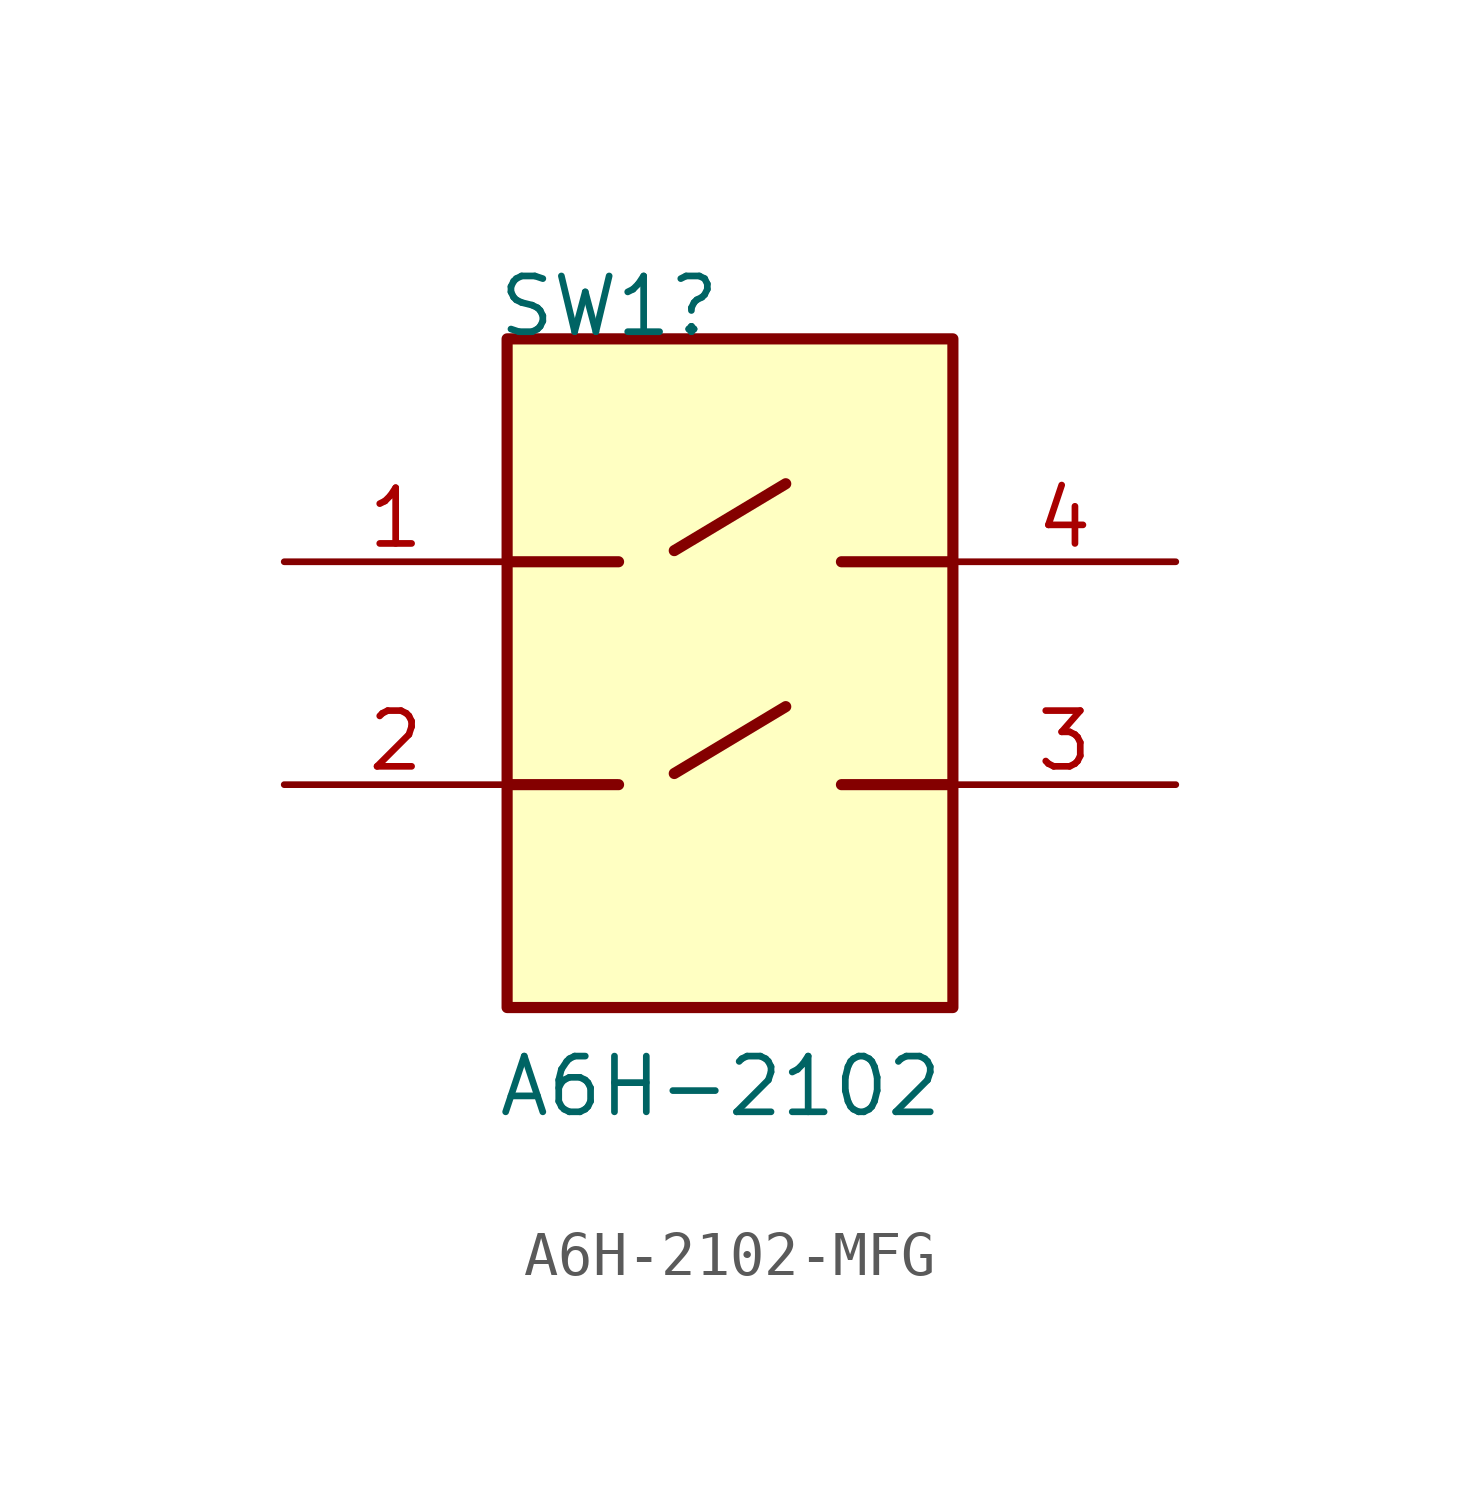
<source format=kicad_sym>
(kicad_symbol_lib
  (version 20241209)
  (generator "kicad_symbol_editor")
  (generator_version "9.0")
  (symbol "A6H-2102-MFG"
    (property "Reference" "SW1"
      (at 4.826 5.08 0)
      (effects (font (size 1.27 1.27)) (justify left bottom)))
    (property "Value" "A6H-2102"
      (at 4.826 -12.7 0)
      (effects (font (size 1.27 1.27)) (justify left bottom)))
    (symbol "A6H-2102-MFG_1_0"
      (polyline (pts (xy 7.62 0) (xy 5.08 0)) (stroke (width 0.254) (type default)) (fill (type none)))
      (polyline (pts (xy 7.62 -5.08) (xy 5.08 -5.08)) (stroke (width 0.254) (type default)) (fill (type none)))
      (polyline (pts (xy 8.89 0.254) (xy 11.43 1.778)) (stroke (width 0.254) (type default)) (fill (type none)))
      (polyline (pts (xy 8.89 -4.826) (xy 11.43 -3.302)) (stroke (width 0.254) (type default)) (fill (type none)))
      (polyline (pts (xy 12.7 0) (xy 15.24 0)) (stroke (width 0.254) (type default)) (fill (type none)))
      (polyline (pts (xy 12.7 -5.08) (xy 15.24 -5.08)) (stroke (width 0.254) (type default)) (fill (type none)))
      (rectangle (start 15.24 5.08) (end 5.08 -10.16) (stroke (width 0.254) (type default)) (fill (type background)))
      (pin passive line (at 0 0 0) (length 5.08) (name "1" (effects (font (size 0 0)))) (number "1" (effects (font (size 1.27 1.27)))))
      (pin passive line (at 0 -5.08 0) (length 5.08) (name "2" (effects (font (size 0 0)))) (number "2" (effects (font (size 1.27 1.27)))))
      (pin passive line (at 20.32 0 180) (length 5.08) (name "4" (effects (font (size 0 0)))) (number "4" (effects (font (size 1.27 1.27)))))
      (pin passive line (at 20.32 -5.08 180) (length 5.08) (name "3" (effects (font (size 0 0)))) (number "3" (effects (font (size 1.27 1.27))))))))
</source>
